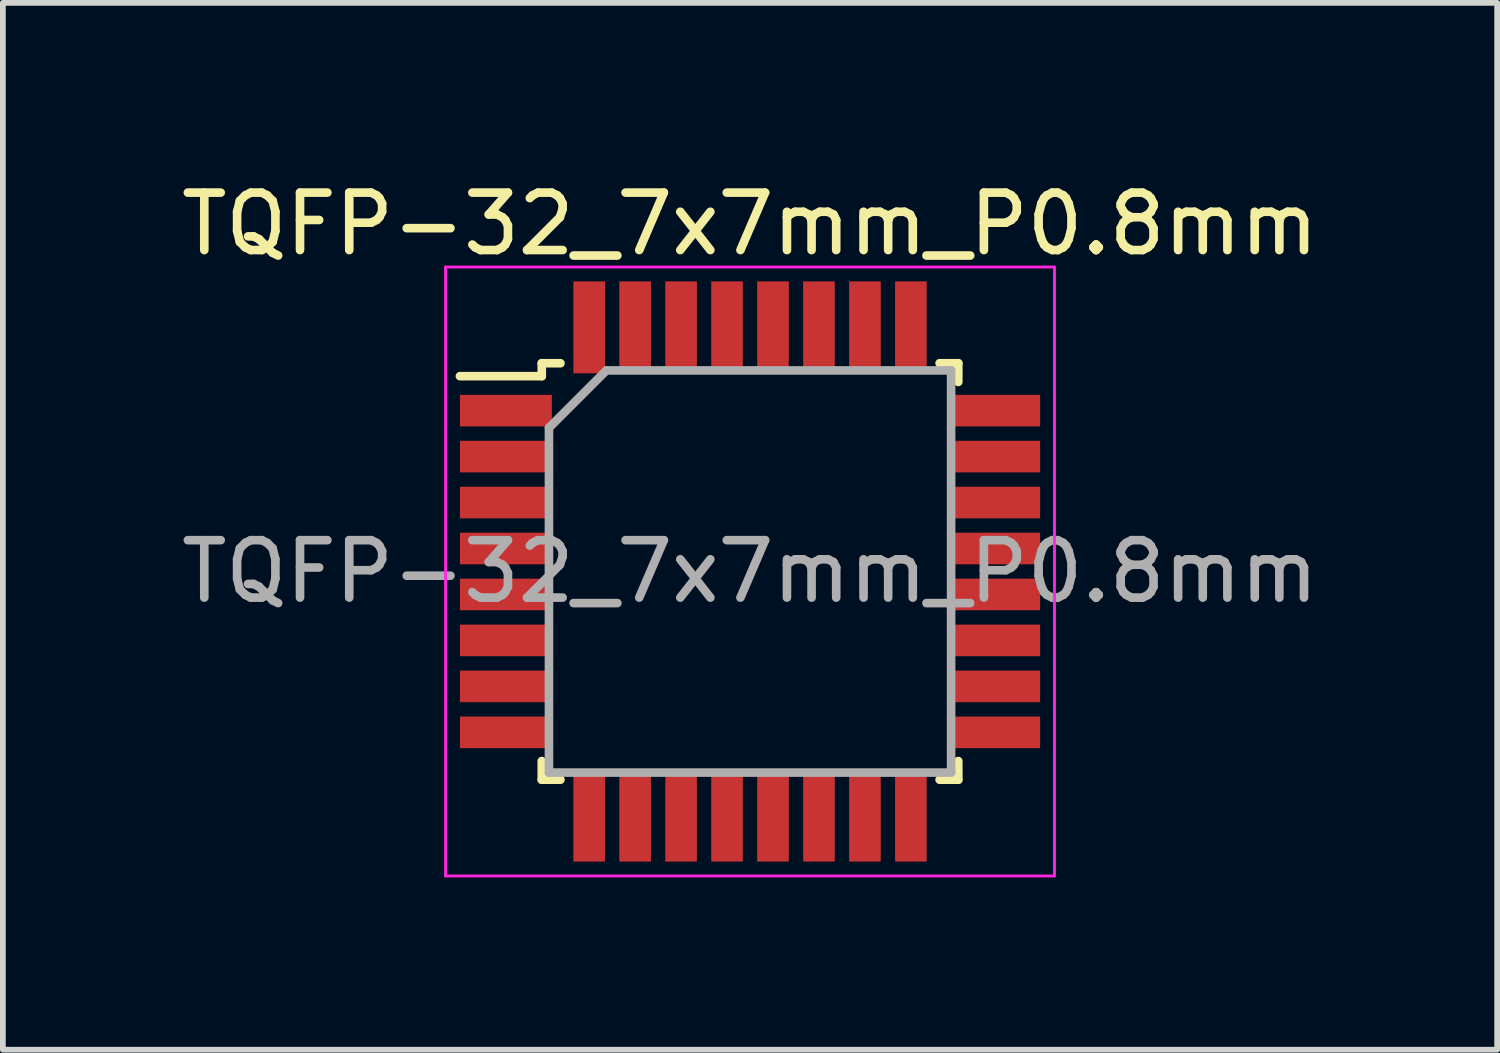
<source format=kicad_pcb>
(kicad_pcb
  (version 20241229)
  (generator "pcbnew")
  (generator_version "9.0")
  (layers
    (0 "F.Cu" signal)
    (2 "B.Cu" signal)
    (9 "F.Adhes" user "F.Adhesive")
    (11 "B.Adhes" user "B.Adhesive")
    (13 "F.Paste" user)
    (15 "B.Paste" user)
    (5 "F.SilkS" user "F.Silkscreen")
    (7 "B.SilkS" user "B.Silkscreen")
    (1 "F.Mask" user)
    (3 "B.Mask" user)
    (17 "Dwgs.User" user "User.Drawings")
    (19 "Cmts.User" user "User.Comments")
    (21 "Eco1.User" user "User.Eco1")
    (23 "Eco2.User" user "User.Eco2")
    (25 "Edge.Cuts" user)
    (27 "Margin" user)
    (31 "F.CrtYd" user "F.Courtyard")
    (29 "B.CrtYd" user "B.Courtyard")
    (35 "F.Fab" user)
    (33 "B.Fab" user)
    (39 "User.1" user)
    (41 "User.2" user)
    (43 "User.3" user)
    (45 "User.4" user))
  (footprint "TQFP-32_7x7mm_P0.8mm"
    (layer "F.Cu")
    (at 10.006 6.898)
    (property "Reference" "TQFP-32_7x7mm_P0.8mm" (at 0 -6.05 0) (layer "F.SilkS") (effects (font (size 1 1) (thickness 0.15))))
    (attr smd)
    (fp_line (start -3.625 -3.625) (end -3.625 -3.4) (stroke (width 0.15) (type solid)) (layer "F.SilkS"))
    (fp_line (start -3.625 -3.625) (end -3.3 -3.625) (stroke (width 0.15) (type solid)) (layer "F.SilkS"))
    (fp_line (start -3.625 -3.4) (end -5.05 -3.4) (stroke (width 0.15) (type solid)) (layer "F.SilkS"))
    (fp_line (start -3.625 3.625) (end -3.625 3.3) (stroke (width 0.15) (type solid)) (layer "F.SilkS"))
    (fp_line (start -3.625 3.625) (end -3.3 3.625) (stroke (width 0.15) (type solid)) (layer "F.SilkS"))
    (fp_line (start 3.625 -3.625) (end 3.3 -3.625) (stroke (width 0.15) (type solid)) (layer "F.SilkS"))
    (fp_line (start 3.625 -3.625) (end 3.625 -3.3) (stroke (width 0.15) (type solid)) (layer "F.SilkS"))
    (fp_line (start 3.625 3.625) (end 3.3 3.625) (stroke (width 0.15) (type solid)) (layer "F.SilkS"))
    (fp_line (start 3.625 3.625) (end 3.625 3.3) (stroke (width 0.15) (type solid)) (layer "F.SilkS"))
    (fp_line (start -5.3 -5.3) (end -5.3 5.3) (stroke (width 0.05) (type solid)) (layer "F.CrtYd"))
    (fp_line (start -5.3 -5.3) (end 5.3 -5.3) (stroke (width 0.05) (type solid)) (layer "F.CrtYd"))
    (fp_line (start -5.3 5.3) (end 5.3 5.3) (stroke (width 0.05) (type solid)) (layer "F.CrtYd"))
    (fp_line (start 5.3 -5.3) (end 5.3 5.3) (stroke (width 0.05) (type solid)) (layer "F.CrtYd"))
    (fp_line (start -3.5 -2.5) (end -2.5 -3.5) (stroke (width 0.15) (type solid)) (layer "F.Fab"))
    (fp_line (start -3.5 3.5) (end -3.5 -2.5) (stroke (width 0.15) (type solid)) (layer "F.Fab"))
    (fp_line (start -2.5 -3.5) (end 3.5 -3.5) (stroke (width 0.15) (type solid)) (layer "F.Fab"))
    (fp_line (start 3.5 -3.5) (end 3.5 3.5) (stroke (width 0.15) (type solid)) (layer "F.Fab"))
    (fp_line (start 3.5 3.5) (end -3.5 3.5) (stroke (width 0.15) (type solid)) (layer "F.Fab"))
    (fp_text user "${REFERENCE}" (at 0 0 0) (layer "F.Fab") (effects (font (size 1 1) (thickness 0.15))))
    (pad "1" smd rect (at -4.25 -2.8) (size 1.6 0.55) (layers "F.Cu" "F.Mask" "F.Paste"))
    (pad "2" smd rect (at -4.25 -2) (size 1.6 0.55) (layers "F.Cu" "F.Mask" "F.Paste"))
    (pad "3" smd rect (at -4.25 -1.2) (size 1.6 0.55) (layers "F.Cu" "F.Mask" "F.Paste"))
    (pad "4" smd rect (at -4.25 -0.4) (size 1.6 0.55) (layers "F.Cu" "F.Mask" "F.Paste"))
    (pad "5" smd rect (at -4.25 0.4) (size 1.6 0.55) (layers "F.Cu" "F.Mask" "F.Paste"))
    (pad "6" smd rect (at -4.25 1.2) (size 1.6 0.55) (layers "F.Cu" "F.Mask" "F.Paste"))
    (pad "7" smd rect (at -4.25 2) (size 1.6 0.55) (layers "F.Cu" "F.Mask" "F.Paste"))
    (pad "8" smd rect (at -4.25 2.8) (size 1.6 0.55) (layers "F.Cu" "F.Mask" "F.Paste"))
    (pad "9" smd rect (at -2.8 4.25 90) (size 1.6 0.55) (layers "F.Cu" "F.Mask" "F.Paste"))
    (pad "10" smd rect (at -2 4.25 90) (size 1.6 0.55) (layers "F.Cu" "F.Mask" "F.Paste"))
    (pad "11" smd rect (at -1.2 4.25 90) (size 1.6 0.55) (layers "F.Cu" "F.Mask" "F.Paste"))
    (pad "12" smd rect (at -0.4 4.25 90) (size 1.6 0.55) (layers "F.Cu" "F.Mask" "F.Paste"))
    (pad "13" smd rect (at 0.4 4.25 90) (size 1.6 0.55) (layers "F.Cu" "F.Mask" "F.Paste"))
    (pad "14" smd rect (at 1.2 4.25 90) (size 1.6 0.55) (layers "F.Cu" "F.Mask" "F.Paste"))
    (pad "15" smd rect (at 2 4.25 90) (size 1.6 0.55) (layers "F.Cu" "F.Mask" "F.Paste"))
    (pad "16" smd rect (at 2.8 4.25 90) (size 1.6 0.55) (layers "F.Cu" "F.Mask" "F.Paste"))
    (pad "17" smd rect (at 4.25 2.8) (size 1.6 0.55) (layers "F.Cu" "F.Mask" "F.Paste"))
    (pad "18" smd rect (at 4.25 2) (size 1.6 0.55) (layers "F.Cu" "F.Mask" "F.Paste"))
    (pad "19" smd rect (at 4.25 1.2) (size 1.6 0.55) (layers "F.Cu" "F.Mask" "F.Paste"))
    (pad "20" smd rect (at 4.25 0.4) (size 1.6 0.55) (layers "F.Cu" "F.Mask" "F.Paste"))
    (pad "21" smd rect (at 4.25 -0.4) (size 1.6 0.55) (layers "F.Cu" "F.Mask" "F.Paste"))
    (pad "22" smd rect (at 4.25 -1.2) (size 1.6 0.55) (layers "F.Cu" "F.Mask" "F.Paste"))
    (pad "23" smd rect (at 4.25 -2) (size 1.6 0.55) (layers "F.Cu" "F.Mask" "F.Paste"))
    (pad "24" smd rect (at 4.25 -2.8) (size 1.6 0.55) (layers "F.Cu" "F.Mask" "F.Paste"))
    (pad "25" smd rect (at 2.8 -4.25 90) (size 1.6 0.55) (layers "F.Cu" "F.Mask" "F.Paste"))
    (pad "26" smd rect (at 2 -4.25 90) (size 1.6 0.55) (layers "F.Cu" "F.Mask" "F.Paste"))
    (pad "27" smd rect (at 1.2 -4.25 90) (size 1.6 0.55) (layers "F.Cu" "F.Mask" "F.Paste"))
    (pad "28" smd rect (at 0.4 -4.25 90) (size 1.6 0.55) (layers "F.Cu" "F.Mask" "F.Paste"))
    (pad "29" smd rect (at -0.4 -4.25 90) (size 1.6 0.55) (layers "F.Cu" "F.Mask" "F.Paste"))
    (pad "30" smd rect (at -1.2 -4.25 90) (size 1.6 0.55) (layers "F.Cu" "F.Mask" "F.Paste"))
    (pad "31" smd rect (at -2 -4.25 90) (size 1.6 0.55) (layers "F.Cu" "F.Mask" "F.Paste"))
    (pad "32" smd rect (at -2.8 -4.25 90) (size 1.6 0.55) (layers "F.Cu" "F.Mask" "F.Paste")))
  (gr_rect
    (start -3 -3)
    (end 23.012 15.223)
    (stroke (width 0.1) (type default))
    (fill no)
    (layer "Edge.Cuts")))
</source>
